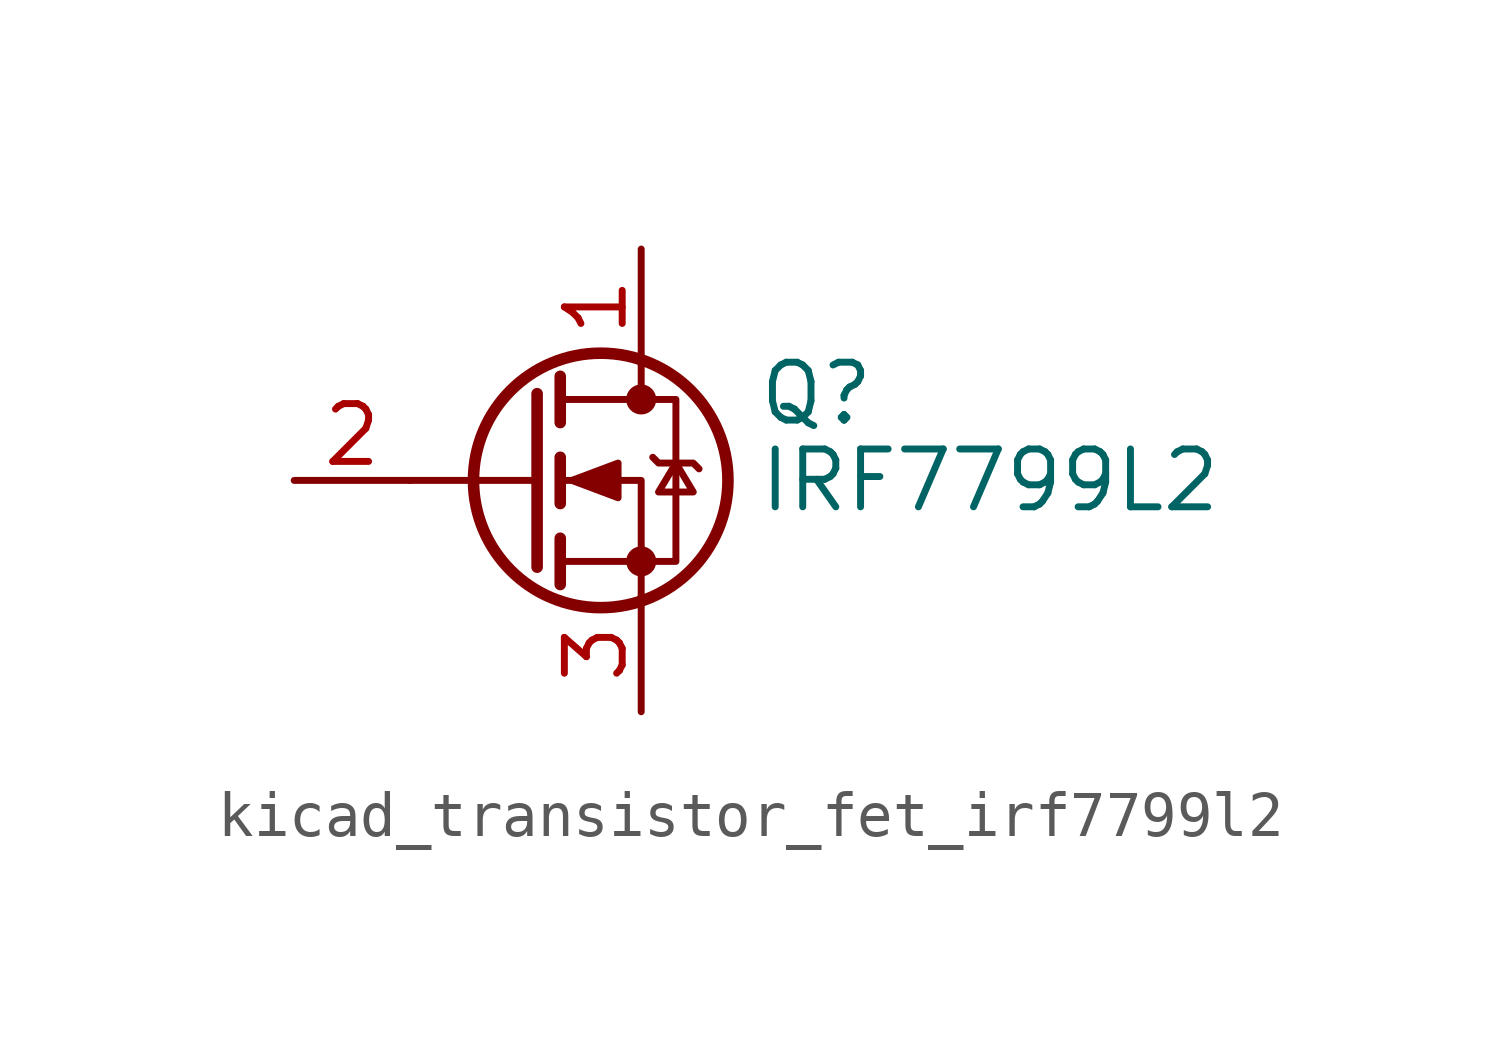
<source format=kicad_sym>
(kicad_symbol_lib
  (version 20220914)
  (generator kicad_symbol_editor)
  (symbol "kicad_transistor_fet_irf7799l2"
    (pin_names hide)
    (property "Reference" "Q"
      (at 5.08 1.905 0)
      (effects (font (size 1.27 1.27)) (justify left)))
    (property "Value" "IRF7799L2"
      (at 5.08 0 0)
      (effects (font (size 1.27 1.27)) (justify left)))
    (symbol "kicad_transistor_fet_irf7799l2_0_1"
      (polyline (pts (xy 0.254 0) (xy -2.54 0)) (stroke (width 0) (type default)) (fill (type none)))
      (polyline (pts (xy 0.254 1.905) (xy 0.254 -1.905)) (stroke (width 0.254) (type default)) (fill (type none)))
      (polyline (pts (xy 0.762 -1.27) (xy 0.762 -2.286)) (stroke (width 0.254) (type default)) (fill (type none)))
      (polyline (pts (xy 0.762 0.508) (xy 0.762 -0.508)) (stroke (width 0.254) (type default)) (fill (type none)))
      (polyline (pts (xy 0.762 2.286) (xy 0.762 1.27)) (stroke (width 0.254) (type default)) (fill (type none)))
      (polyline (pts (xy 2.54 2.54) (xy 2.54 1.778)) (stroke (width 0) (type default)) (fill (type none)))
      (polyline (pts (xy 2.54 -2.54) (xy 2.54 0) (xy 0.762 0)) (stroke (width 0) (type default)) (fill (type none)))
      (polyline (pts (xy 0.762 -1.778) (xy 3.302 -1.778) (xy 3.302 1.778) (xy 0.762 1.778)) (stroke (width 0) (type default)) (fill (type none)))
      (polyline (pts (xy 1.016 0) (xy 2.032 0.381) (xy 2.032 -0.381) (xy 1.016 0)) (stroke (width 0) (type default)) (fill (type outline)))
      (polyline (pts (xy 2.794 0.508) (xy 2.921 0.381) (xy 3.683 0.381) (xy 3.81 0.254)) (stroke (width 0) (type default)) (fill (type none)))
      (polyline (pts (xy 3.302 0.381) (xy 2.921 -0.254) (xy 3.683 -0.254) (xy 3.302 0.381)) (stroke (width 0) (type default)) (fill (type none)))
      (circle (center 1.651 0) (radius 2.794) (stroke (width 0.254) (type default)) (fill (type none)))
      (circle (center 2.54 -1.778) (radius 0.254) (stroke (width 0) (type default)) (fill (type outline)))
      (circle (center 2.54 1.778) (radius 0.254) (stroke (width 0) (type default)) (fill (type outline))))
    (symbol "kicad_transistor_fet_irf7799l2_1_1"
      (pin passive line (at 2.54 5.08 270) (length 2.54) (name "D" (effects (font (size 1.27 1.27)))) (number "1" (effects (font (size 1.27 1.27)))))
      (pin input line (at -5.08 0 0) (length 2.54) (name "G" (effects (font (size 1.27 1.27)))) (number "2" (effects (font (size 1.27 1.27)))))
      (pin passive line (at 2.54 -5.08 90) (length 2.54) (name "S" (effects (font (size 1.27 1.27)))) (number "3" (effects (font (size 1.27 1.27))))))))
</source>
